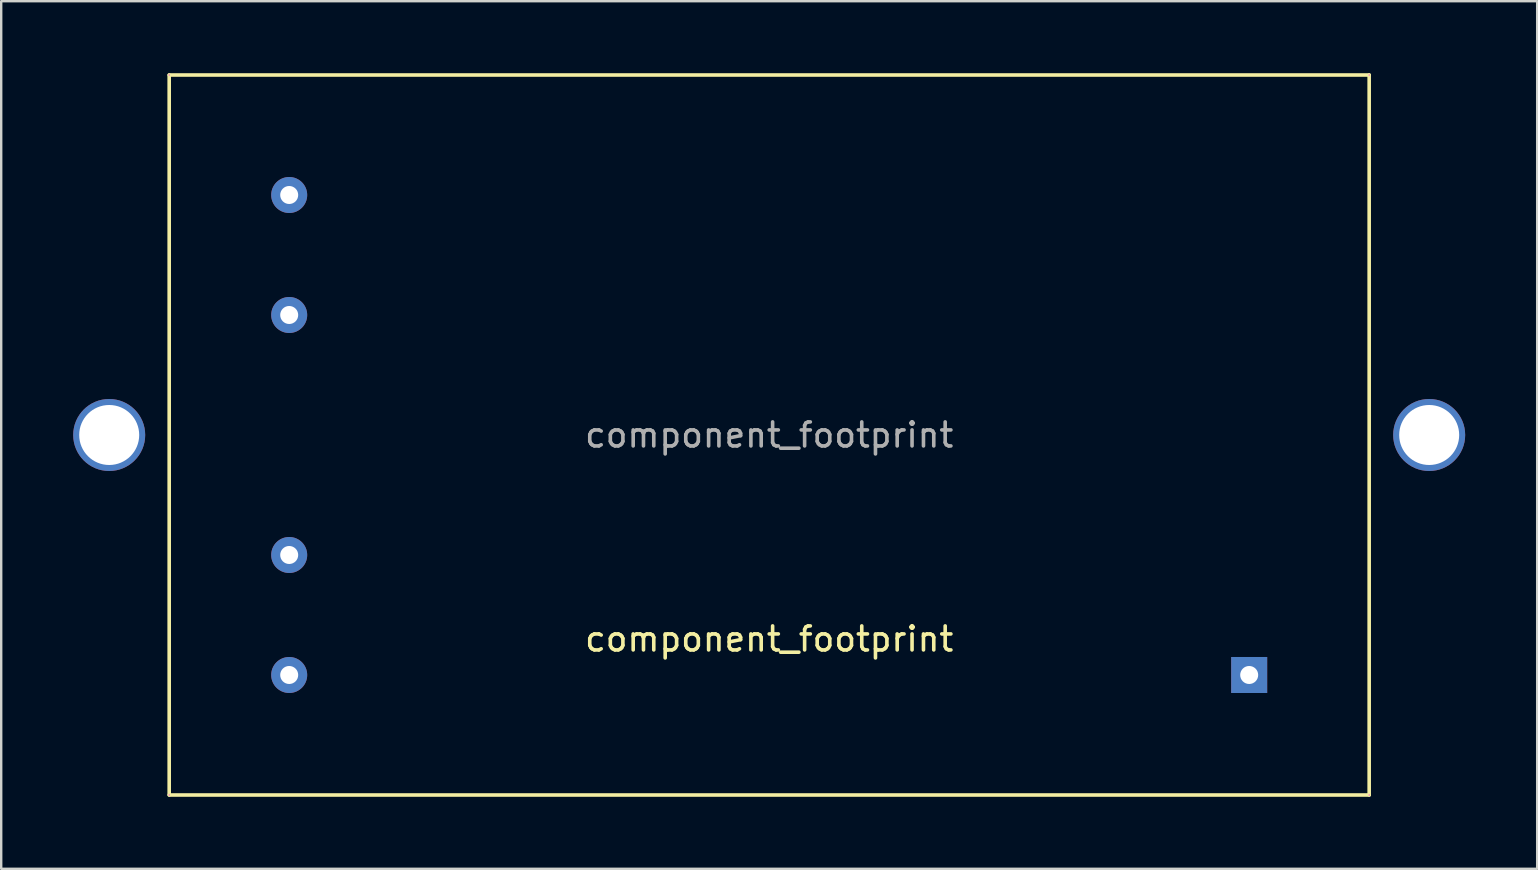
<source format=kicad_pcb>
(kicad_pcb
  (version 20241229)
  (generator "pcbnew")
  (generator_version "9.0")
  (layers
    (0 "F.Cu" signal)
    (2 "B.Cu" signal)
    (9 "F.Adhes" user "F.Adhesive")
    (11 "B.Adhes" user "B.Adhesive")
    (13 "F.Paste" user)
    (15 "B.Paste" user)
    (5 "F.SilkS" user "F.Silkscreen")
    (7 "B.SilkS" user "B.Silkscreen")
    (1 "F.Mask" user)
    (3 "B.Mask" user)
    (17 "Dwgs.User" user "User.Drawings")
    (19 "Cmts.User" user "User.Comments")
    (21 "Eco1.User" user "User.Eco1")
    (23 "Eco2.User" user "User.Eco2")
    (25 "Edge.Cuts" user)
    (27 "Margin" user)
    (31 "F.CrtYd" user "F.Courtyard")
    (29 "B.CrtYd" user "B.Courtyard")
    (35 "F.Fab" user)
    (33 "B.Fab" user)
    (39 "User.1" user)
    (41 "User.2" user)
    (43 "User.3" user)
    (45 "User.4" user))
  (footprint "component_footprint"
    (layer "F.Cu")
    (at 29 15.075)
    (property "Reference" "component_footprint" (at 0 8.5 0) (layer "F.SilkS") (effects (font (size 1 1) (thickness 0.15))))
    (attr through_hole)
    (fp_line (start -25 -15) (end 25 -15) (stroke (width 0.15) (type solid)) (layer "F.SilkS"))
    (fp_line (start -25 15) (end -25 -15) (stroke (width 0.15) (type solid)) (layer "F.SilkS"))
    (fp_line (start 25 -15) (end 25 15) (stroke (width 0.15) (type solid)) (layer "F.SilkS"))
    (fp_line (start 25 15) (end -25 15) (stroke (width 0.15) (type solid)) (layer "F.SilkS"))
    (fp_line (start -25 -15) (end -25 -15) (stroke (width 0.05) (type solid)) (layer "F.CrtYd"))
    (fp_line (start -25 15) (end -25 15) (stroke (width 0.05) (type solid)) (layer "F.CrtYd"))
    (fp_line (start 25 -15) (end 25 -15) (stroke (width 0.05) (type solid)) (layer "F.CrtYd"))
    (fp_line (start 25 15) (end 25 15) (stroke (width 0.05) (type solid)) (layer "F.CrtYd"))
    (fp_text user "${REFERENCE}" (at 0 0 0) (layer "F.Fab") (effects (font (size 1 1) (thickness 0.15))))
    (pad "" np_thru_hole circle (at -27.5 0) (size 3 3) (drill 2.5) (layers "*.Cu" "*.Mask"))
    (pad "" np_thru_hole circle (at 27.5 0) (size 3 3) (drill 2.5) (layers "*.Cu" "*.Mask"))
    (pad "1" thru_hole circle (at -20 -10) (size 1.5 1.5) (drill 0.75) (layers "*.Cu" "*.Mask"))
    (pad "2" thru_hole circle (at -20 -5) (size 1.5 1.5) (drill 0.75) (layers "*.Cu" "*.Mask"))
    (pad "3" thru_hole circle (at -20 5) (size 1.5 1.5) (drill 0.75) (layers "*.Cu" "*.Mask"))
    (pad "4" thru_hole circle (at -20 10) (size 1.5 1.5) (drill 0.75) (layers "*.Cu" "*.Mask"))
    (pad "5" thru_hole rect (at 20 10) (size 1.5 1.5) (drill 0.75) (layers "*.Cu" "*.Mask")))
  (gr_rect
    (start -3 -3)
    (end 61 33.15)
    (stroke (width 0.1) (type default))
    (fill no)
    (layer "Edge.Cuts")))
</source>
